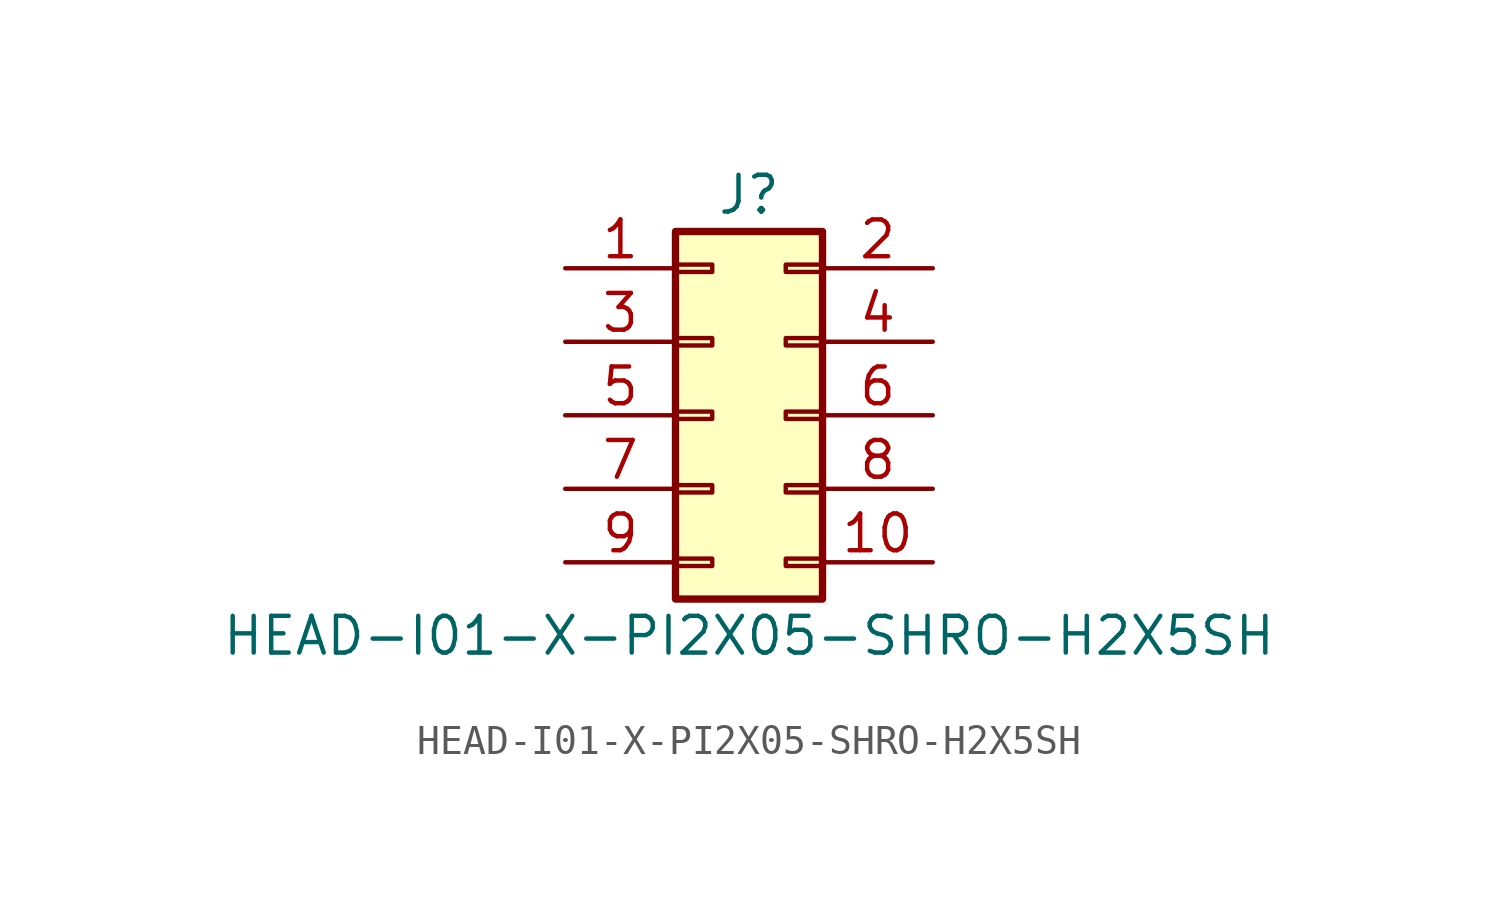
<source format=kicad_sym>
(kicad_symbol_lib
  (version 20211014)
  (generator kicad_symbol_editor)
  (symbol "HEAD-I01-X-PI2X05-SHRO-H2X5SH"
    (pin_names
      (offset 1.016) hide)
    (property "Reference" "J"
      (at 1.27 7.62 0)
      (effects (font (size 1.27 1.27))))
    (property "Value" "HEAD-I01-X-PI2X05-SHRO-H2X5SH"
      (at 1.27 -7.62 0)
      (effects (font (size 1.27 1.27))))
    (symbol "HEAD-I01-X-PI2X05-SHRO-H2X5SH_1_1"
      (rectangle (start -1.27 -4.953) (end 0 -5.207) (stroke (width 0.152) (type default) (color 0 0 0 0)) (fill (type none)))
      (rectangle (start -1.27 -2.413) (end 0 -2.667) (stroke (width 0.152) (type default) (color 0 0 0 0)) (fill (type none)))
      (rectangle (start -1.27 0.127) (end 0 -0.127) (stroke (width 0.152) (type default) (color 0 0 0 0)) (fill (type none)))
      (rectangle (start -1.27 2.667) (end 0 2.413) (stroke (width 0.152) (type default) (color 0 0 0 0)) (fill (type none)))
      (rectangle (start -1.27 5.207) (end 0 4.953) (stroke (width 0.152) (type default) (color 0 0 0 0)) (fill (type none)))
      (rectangle (start -1.27 6.35) (end 3.81 -6.35) (stroke (width 0.254) (type default) (color 0 0 0 0)) (fill (type background)))
      (rectangle (start 3.81 -4.953) (end 2.54 -5.207) (stroke (width 0.152) (type default) (color 0 0 0 0)) (fill (type none)))
      (rectangle (start 3.81 -2.413) (end 2.54 -2.667) (stroke (width 0.152) (type default) (color 0 0 0 0)) (fill (type none)))
      (rectangle (start 3.81 0.127) (end 2.54 -0.127) (stroke (width 0.152) (type default) (color 0 0 0 0)) (fill (type none)))
      (rectangle (start 3.81 2.667) (end 2.54 2.413) (stroke (width 0.152) (type default) (color 0 0 0 0)) (fill (type none)))
      (rectangle (start 3.81 5.207) (end 2.54 4.953) (stroke (width 0.152) (type default) (color 0 0 0 0)) (fill (type none)))
      (pin passive line (at -5.08 5.08 0) (length 3.81) (name "Pin_1" (effects (font (size 1.27 1.27)))) (number "1" (effects (font (size 1.27 1.27)))))
      (pin passive line (at 7.62 -5.08 180) (length 3.81) (name "Pin_10" (effects (font (size 1.27 1.27)))) (number "10" (effects (font (size 1.27 1.27)))))
      (pin passive line (at 7.62 5.08 180) (length 3.81) (name "Pin_2" (effects (font (size 1.27 1.27)))) (number "2" (effects (font (size 1.27 1.27)))))
      (pin passive line (at -5.08 2.54 0) (length 3.81) (name "Pin_3" (effects (font (size 1.27 1.27)))) (number "3" (effects (font (size 1.27 1.27)))))
      (pin passive line (at 7.62 2.54 180) (length 3.81) (name "Pin_4" (effects (font (size 1.27 1.27)))) (number "4" (effects (font (size 1.27 1.27)))))
      (pin passive line (at -5.08 0 0) (length 3.81) (name "Pin_5" (effects (font (size 1.27 1.27)))) (number "5" (effects (font (size 1.27 1.27)))))
      (pin passive line (at 7.62 0 180) (length 3.81) (name "Pin_6" (effects (font (size 1.27 1.27)))) (number "6" (effects (font (size 1.27 1.27)))))
      (pin passive line (at -5.08 -2.54 0) (length 3.81) (name "Pin_7" (effects (font (size 1.27 1.27)))) (number "7" (effects (font (size 1.27 1.27)))))
      (pin passive line (at 7.62 -2.54 180) (length 3.81) (name "Pin_8" (effects (font (size 1.27 1.27)))) (number "8" (effects (font (size 1.27 1.27)))))
      (pin passive line (at -5.08 -5.08 0) (length 3.81) (name "Pin_9" (effects (font (size 1.27 1.27)))) (number "9" (effects (font (size 1.27 1.27))))))))
</source>
